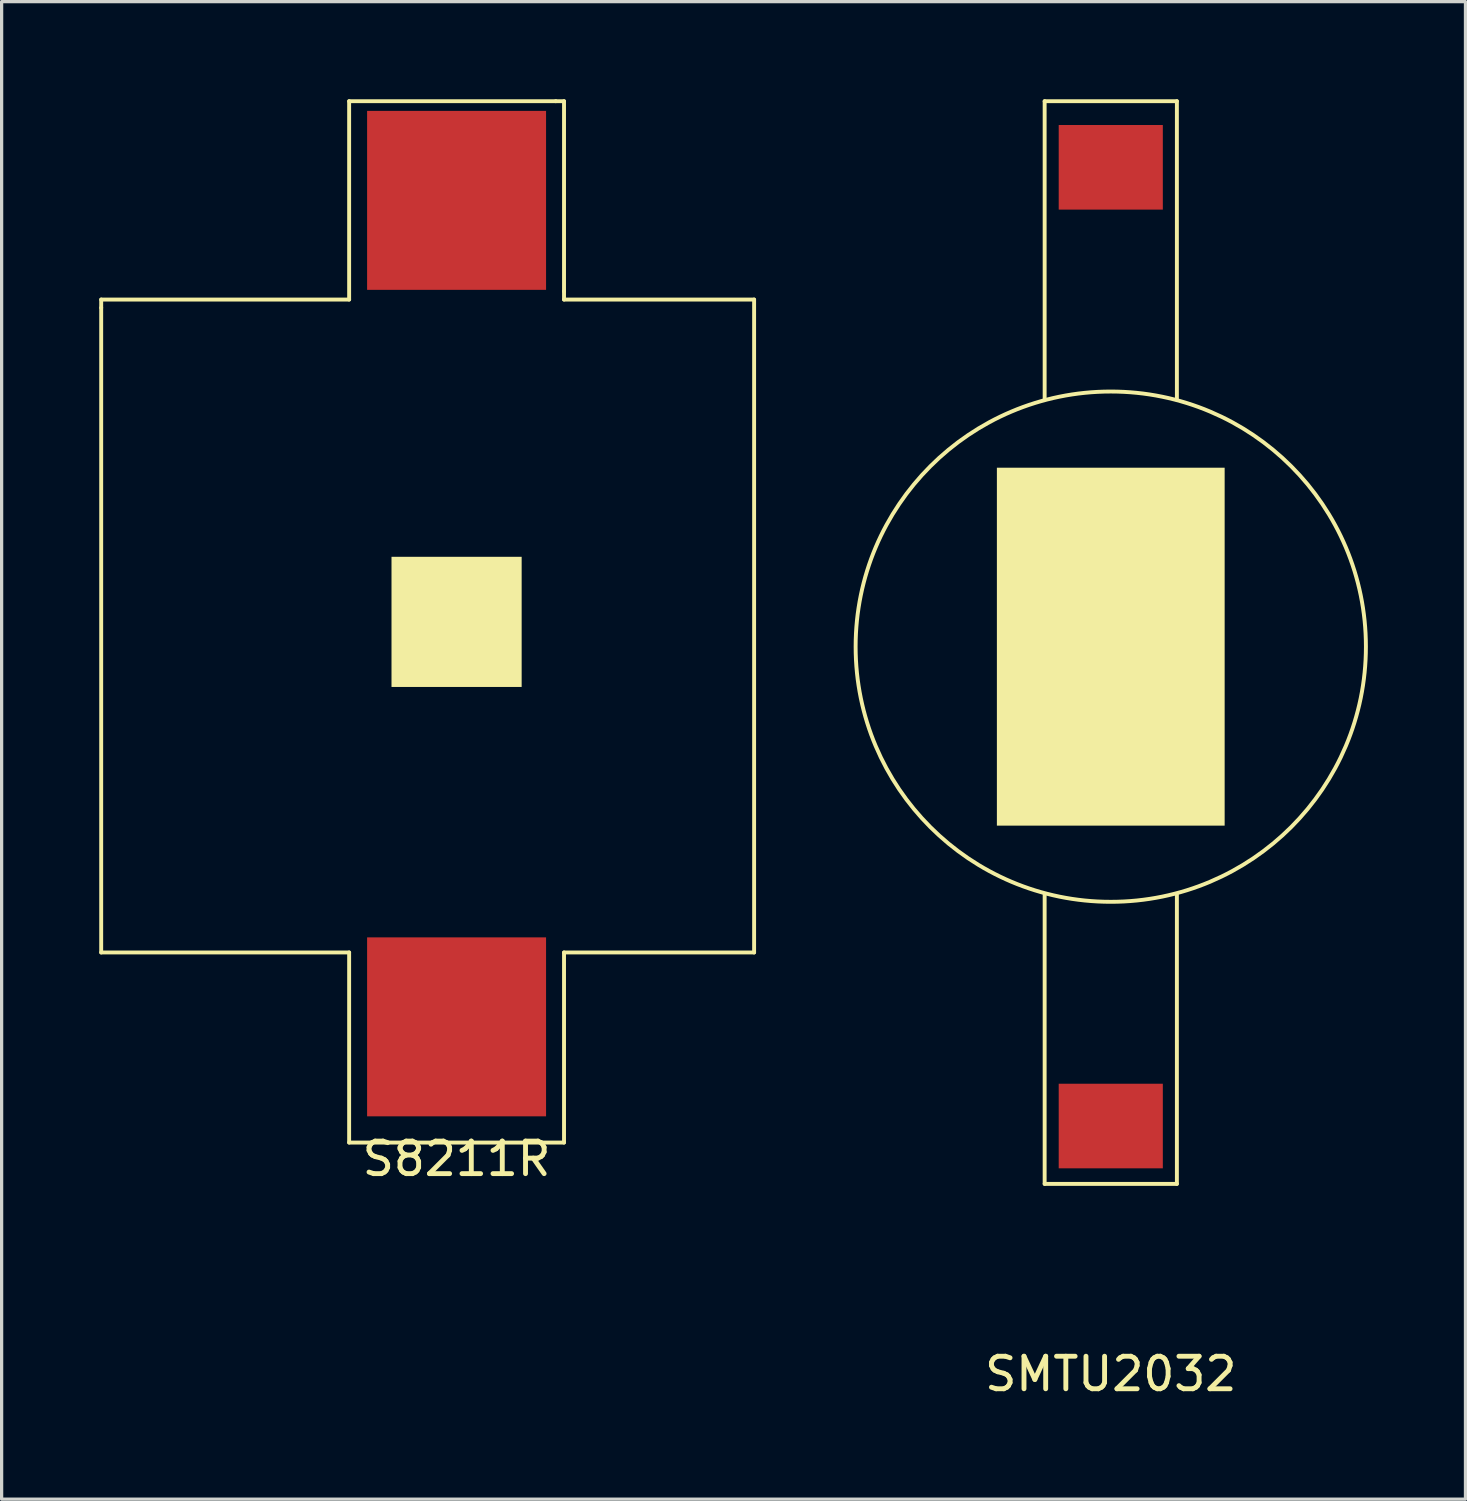
<source format=kicad_pcb>
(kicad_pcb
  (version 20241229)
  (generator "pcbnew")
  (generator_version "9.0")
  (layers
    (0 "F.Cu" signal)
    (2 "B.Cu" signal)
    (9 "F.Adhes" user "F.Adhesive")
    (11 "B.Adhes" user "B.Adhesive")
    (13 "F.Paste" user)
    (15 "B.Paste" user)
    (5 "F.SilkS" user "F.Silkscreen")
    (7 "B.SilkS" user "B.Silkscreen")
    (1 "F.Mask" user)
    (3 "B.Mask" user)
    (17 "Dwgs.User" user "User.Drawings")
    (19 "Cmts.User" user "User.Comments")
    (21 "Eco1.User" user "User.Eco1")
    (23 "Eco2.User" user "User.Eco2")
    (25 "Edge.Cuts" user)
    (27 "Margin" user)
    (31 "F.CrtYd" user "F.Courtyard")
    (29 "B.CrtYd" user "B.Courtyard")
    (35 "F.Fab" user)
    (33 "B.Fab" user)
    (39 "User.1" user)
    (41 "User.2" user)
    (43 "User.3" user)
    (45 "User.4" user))
  (footprint "S8211R"
    (layer "F.Cu")
    (at 10.982 32.064)
    (property "Reference" "S8211R" (at 0 0.5 0) (layer "F.SilkS") (effects (font (size 1 1) (thickness 0.15))))
    (attr through_hole)
    (fp_line (start -10.922 -25.908) (end -3.302 -25.908) (stroke (width 0.12) (type solid)) (layer "F.SilkS"))
    (fp_line (start -10.922 -25.654) (end -10.922 -25.908) (stroke (width 0.12) (type solid)) (layer "F.SilkS"))
    (fp_line (start -10.922 -5.842) (end -10.922 -25.654) (stroke (width 0.12) (type solid)) (layer "F.SilkS"))
    (fp_line (start -3.302 -32.004) (end 3.048 -32.004) (stroke (width 0.12) (type solid)) (layer "F.SilkS"))
    (fp_line (start -3.302 -25.908) (end -3.302 -32.004) (stroke (width 0.12) (type solid)) (layer "F.SilkS"))
    (fp_line (start -3.302 -5.842) (end -10.922 -5.842) (stroke (width 0.12) (type solid)) (layer "F.SilkS"))
    (fp_line (start -3.302 0) (end -3.302 -5.842) (stroke (width 0.12) (type solid)) (layer "F.SilkS"))
    (fp_line (start 3.048 -32.004) (end 3.302 -32.004) (stroke (width 0.12) (type solid)) (layer "F.SilkS"))
    (fp_line (start 3.302 -32.004) (end 3.302 -26.162) (stroke (width 0.12) (type solid)) (layer "F.SilkS"))
    (fp_line (start 3.302 -26.162) (end 3.302 -25.908) (stroke (width 0.12) (type solid)) (layer "F.SilkS"))
    (fp_line (start 3.302 -25.908) (end 9.144 -25.908) (stroke (width 0.12) (type solid)) (layer "F.SilkS"))
    (fp_line (start 3.302 -5.842) (end 3.302 0) (stroke (width 0.12) (type solid)) (layer "F.SilkS"))
    (fp_line (start 3.302 0) (end -3.302 0) (stroke (width 0.12) (type solid)) (layer "F.SilkS"))
    (fp_line (start 9.144 -25.908) (end 9.144 -5.842) (stroke (width 0.12) (type solid)) (layer "F.SilkS"))
    (fp_line (start 9.144 -5.842) (end 3.302 -5.842) (stroke (width 0.12) (type solid)) (layer "F.SilkS"))
    (pad "" smd rect (at 0 -16.002) (size 4 4) (layers "F.SilkS"))
    (pad "1" smd rect (at 0 -28.956) (size 5.5 5.5) (layers "F.Cu" "F.Mask" "F.Paste"))
    (pad "2" smd rect (at 0 -3.556) (size 5.5 5.5) (layers "F.Cu" "F.Mask" "F.Paste")))
  (footprint "SMTU2032"
    (layer "F.Cu")
    (at 31.087 32.826)
    (property "Reference" "SMTU2032" (at 0 6.35 0) (layer "F.SilkS") (effects (font (size 1 1) (thickness 0.15))))
    (attr through_hole)
    (fp_line (start -2.032 -32.766) (end 2.032 -32.766) (stroke (width 0.12) (type solid)) (layer "F.SilkS"))
    (fp_line (start -2.032 -23.622) (end -2.032 -32.766) (stroke (width 0.12) (type solid)) (layer "F.SilkS"))
    (fp_line (start -2.032 -8.382) (end -2.032 0.508) (stroke (width 0.12) (type solid)) (layer "F.SilkS"))
    (fp_line (start -2.032 0.508) (end 2.032 0.508) (stroke (width 0.12) (type solid)) (layer "F.SilkS"))
    (fp_line (start 2.032 -32.766) (end 2.032 -23.622) (stroke (width 0.12) (type solid)) (layer "F.SilkS"))
    (fp_line (start 2.032 0.508) (end 2.032 -8.382) (stroke (width 0.12) (type solid)) (layer "F.SilkS"))
    (fp_circle (center 0 -16.002) (end 3.302 -8.89) (stroke (width 0.12) (type solid)) (fill no) (layer "F.SilkS"))
    (pad "" smd rect (at 0 -16.002) (size 7 11) (layers "F.SilkS"))
    (pad "1" smd rect (at 0 -1.27) (size 3.2 2.6) (layers "F.Cu" "F.Mask" "F.Paste"))
    (pad "2" smd rect (at 0 -30.734) (size 3.2 2.6) (layers "F.Cu" "F.Mask" "F.Paste")))
  (gr_rect
    (start -3 -3)
    (end 41.988 43.024)
    (stroke (width 0.1) (type default))
    (fill no)
    (layer "Edge.Cuts")))
</source>
